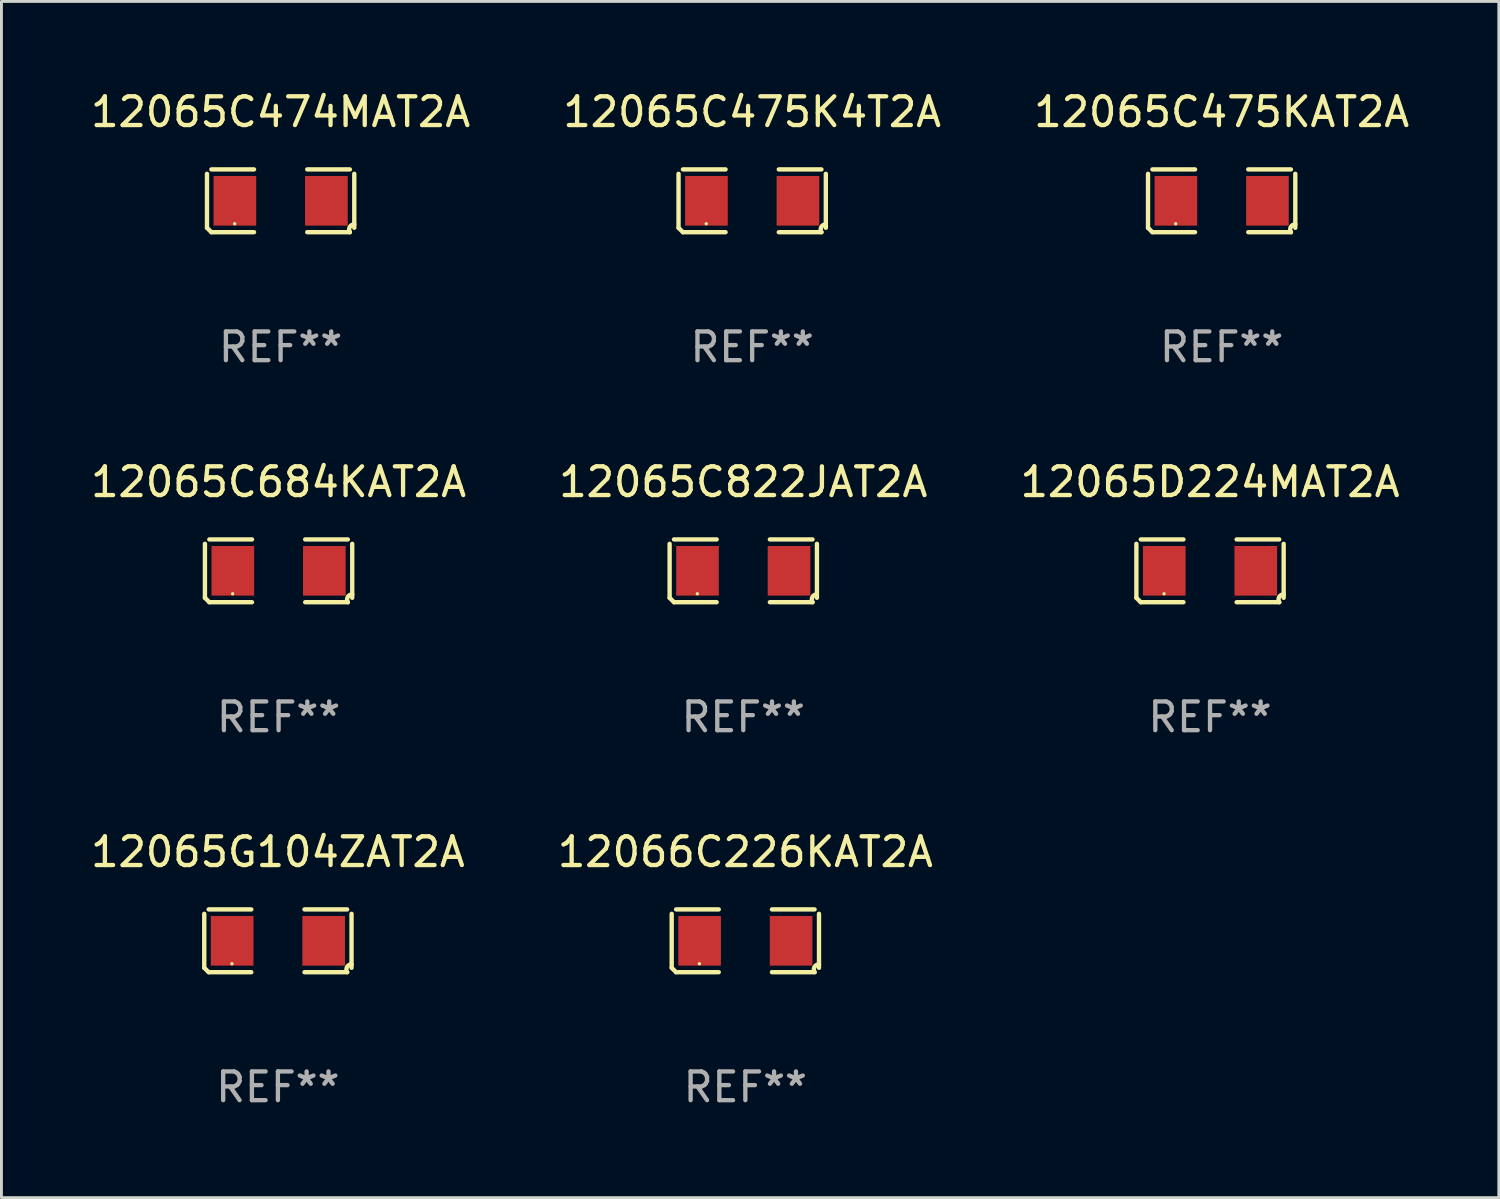
<source format=kicad_pcb>
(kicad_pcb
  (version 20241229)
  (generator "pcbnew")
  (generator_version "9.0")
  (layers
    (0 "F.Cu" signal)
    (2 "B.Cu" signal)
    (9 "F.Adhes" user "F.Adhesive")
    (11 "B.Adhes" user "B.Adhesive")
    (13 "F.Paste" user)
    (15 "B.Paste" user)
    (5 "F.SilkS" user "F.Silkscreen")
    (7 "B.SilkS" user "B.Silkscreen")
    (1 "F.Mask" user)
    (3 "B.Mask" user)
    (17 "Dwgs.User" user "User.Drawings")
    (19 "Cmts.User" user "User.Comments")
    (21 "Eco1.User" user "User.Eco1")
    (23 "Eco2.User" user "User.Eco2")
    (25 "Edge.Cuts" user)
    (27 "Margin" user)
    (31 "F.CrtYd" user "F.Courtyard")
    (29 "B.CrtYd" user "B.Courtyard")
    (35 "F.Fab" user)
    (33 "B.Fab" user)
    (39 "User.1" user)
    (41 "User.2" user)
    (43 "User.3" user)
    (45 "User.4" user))
  (footprint "12065D224MAT2A"
    (layer "F.Cu")
    (at 39.077 16.823)
    (property "Reference" "12065D224MAT2A" (at 0 -3.093 0) (layer "F.SilkS") (effects (font (size 1 1) (thickness 0.15))))
    (attr through_hole)
    (fp_line (start -2.564 0.94) (end -2.564 -0.94) (stroke (width 0.152) (type solid)) (layer "F.SilkS"))
    (fp_line (start -2.411 -1.093) (end -0.926 -1.093) (stroke (width 0.152) (type solid)) (layer "F.SilkS"))
    (fp_line (start -0.926 1.093) (end -2.411 1.093) (stroke (width 0.152) (type solid)) (layer "F.SilkS"))
    (fp_line (start 0.926 1.093) (end 2.411 1.093) (stroke (width 0.152) (type solid)) (layer "F.SilkS"))
    (fp_line (start 2.411 -1.093) (end 0.926 -1.093) (stroke (width 0.152) (type solid)) (layer "F.SilkS"))
    (fp_line (start 2.564 0.94) (end 2.564 -0.94) (stroke (width 0.152) (type solid)) (layer "F.SilkS"))
    (fp_arc (start -2.411201 1.092609) (mid -2.487413 1.01642) (end -2.563602 0.940208) (stroke (width 0.1524) (type solid)) (layer "F.SilkS"))
    (fp_arc (start 2.411201 1.092609) (mid 2.407159 0.911226) (end 2.563602 0.819347) (stroke (width 0.1524) (type solid)) (layer "F.SilkS"))
    (fp_circle (center -1.6 0.8) (end -1.57 0.8) (stroke (width 0.06) (type solid)) (fill no) (layer "F.SilkS"))
    (fp_text user "REF**" (at 0 5.093 0) (layer "F.Fab") (effects (font (size 1 1) (thickness 0.15))))
    (pad "1" smd rect (at -1.593 0) (size 1.485 1.728) (layers "F.Cu" "F.Mask" "F.Paste"))
    (pad "2" smd rect (at 1.593 0) (size 1.485 1.728) (layers "F.Cu" "F.Mask" "F.Paste")))
  (footprint "12065C474MAT2A"
    (layer "F.Cu")
    (at 6.72 3.941)
    (property "Reference" "12065C474MAT2A" (at 0 -3.093 0) (layer "F.SilkS") (effects (font (size 1 1) (thickness 0.15))))
    (attr through_hole)
    (fp_line (start -2.564 0.94) (end -2.564 -0.94) (stroke (width 0.152) (type solid)) (layer "F.SilkS"))
    (fp_line (start -2.411 -1.093) (end -0.926 -1.093) (stroke (width 0.152) (type solid)) (layer "F.SilkS"))
    (fp_line (start -0.926 1.093) (end -2.411 1.093) (stroke (width 0.152) (type solid)) (layer "F.SilkS"))
    (fp_line (start 0.926 1.093) (end 2.411 1.093) (stroke (width 0.152) (type solid)) (layer "F.SilkS"))
    (fp_line (start 2.411 -1.093) (end 0.926 -1.093) (stroke (width 0.152) (type solid)) (layer "F.SilkS"))
    (fp_line (start 2.564 0.94) (end 2.564 -0.94) (stroke (width 0.152) (type solid)) (layer "F.SilkS"))
    (fp_arc (start -2.411201 1.092609) (mid -2.487413 1.01642) (end -2.563602 0.940208) (stroke (width 0.1524) (type solid)) (layer "F.SilkS"))
    (fp_arc (start 2.411201 1.092609) (mid 2.407159 0.911226) (end 2.563602 0.819347) (stroke (width 0.1524) (type solid)) (layer "F.SilkS"))
    (fp_circle (center -1.6 0.8) (end -1.57 0.8) (stroke (width 0.06) (type solid)) (fill no) (layer "F.SilkS"))
    (fp_text user "REF**" (at 0 5.093 0) (layer "F.Fab") (effects (font (size 1 1) (thickness 0.15))))
    (pad "1" smd rect (at -1.593 0) (size 1.485 1.728) (layers "F.Cu" "F.Mask" "F.Paste"))
    (pad "2" smd rect (at 1.593 0) (size 1.485 1.728) (layers "F.Cu" "F.Mask" "F.Paste")))
  (footprint "12065C822JAT2A"
    (layer "F.Cu")
    (at 22.827 16.823)
    (property "Reference" "12065C822JAT2A" (at 0 -3.093 0) (layer "F.SilkS") (effects (font (size 1 1) (thickness 0.15))))
    (attr through_hole)
    (fp_line (start -2.564 0.94) (end -2.564 -0.94) (stroke (width 0.152) (type solid)) (layer "F.SilkS"))
    (fp_line (start -2.411 -1.093) (end -0.926 -1.093) (stroke (width 0.152) (type solid)) (layer "F.SilkS"))
    (fp_line (start -0.926 1.093) (end -2.411 1.093) (stroke (width 0.152) (type solid)) (layer "F.SilkS"))
    (fp_line (start 0.926 1.093) (end 2.411 1.093) (stroke (width 0.152) (type solid)) (layer "F.SilkS"))
    (fp_line (start 2.411 -1.093) (end 0.926 -1.093) (stroke (width 0.152) (type solid)) (layer "F.SilkS"))
    (fp_line (start 2.564 0.94) (end 2.564 -0.94) (stroke (width 0.152) (type solid)) (layer "F.SilkS"))
    (fp_arc (start -2.411201 1.092609) (mid -2.487413 1.01642) (end -2.563602 0.940208) (stroke (width 0.1524) (type solid)) (layer "F.SilkS"))
    (fp_arc (start 2.411201 1.092609) (mid 2.407159 0.911226) (end 2.563602 0.819347) (stroke (width 0.1524) (type solid)) (layer "F.SilkS"))
    (fp_circle (center -1.6 0.8) (end -1.57 0.8) (stroke (width 0.06) (type solid)) (fill no) (layer "F.SilkS"))
    (fp_text user "REF**" (at 0 5.093 0) (layer "F.Fab") (effects (font (size 1 1) (thickness 0.15))))
    (pad "1" smd rect (at -1.593 0) (size 1.485 1.728) (layers "F.Cu" "F.Mask" "F.Paste"))
    (pad "2" smd rect (at 1.593 0) (size 1.485 1.728) (layers "F.Cu" "F.Mask" "F.Paste")))
  (footprint "12066C226KAT2A"
    (layer "F.Cu")
    (at 22.899 29.704)
    (property "Reference" "12066C226KAT2A" (at 0 -3.093 0) (layer "F.SilkS") (effects (font (size 1 1) (thickness 0.15))))
    (attr through_hole)
    (fp_line (start -2.564 0.94) (end -2.564 -0.94) (stroke (width 0.152) (type solid)) (layer "F.SilkS"))
    (fp_line (start -2.411 -1.093) (end -0.926 -1.093) (stroke (width 0.152) (type solid)) (layer "F.SilkS"))
    (fp_line (start -0.926 1.093) (end -2.411 1.093) (stroke (width 0.152) (type solid)) (layer "F.SilkS"))
    (fp_line (start 0.926 1.093) (end 2.411 1.093) (stroke (width 0.152) (type solid)) (layer "F.SilkS"))
    (fp_line (start 2.411 -1.093) (end 0.926 -1.093) (stroke (width 0.152) (type solid)) (layer "F.SilkS"))
    (fp_line (start 2.564 0.94) (end 2.564 -0.94) (stroke (width 0.152) (type solid)) (layer "F.SilkS"))
    (fp_arc (start -2.411201 1.092609) (mid -2.487413 1.01642) (end -2.563602 0.940208) (stroke (width 0.1524) (type solid)) (layer "F.SilkS"))
    (fp_arc (start 2.411201 1.092609) (mid 2.407159 0.911226) (end 2.563602 0.819347) (stroke (width 0.1524) (type solid)) (layer "F.SilkS"))
    (fp_circle (center -1.6 0.8) (end -1.57 0.8) (stroke (width 0.06) (type solid)) (fill no) (layer "F.SilkS"))
    (fp_text user "REF**" (at 0 5.093 0) (layer "F.Fab") (effects (font (size 1 1) (thickness 0.15))))
    (pad "1" smd rect (at -1.593 0) (size 1.485 1.728) (layers "F.Cu" "F.Mask" "F.Paste"))
    (pad "2" smd rect (at 1.593 0) (size 1.485 1.728) (layers "F.Cu" "F.Mask" "F.Paste")))
  (footprint "12065C475KAT2A"
    (layer "F.Cu")
    (at 39.482 3.941)
    (property "Reference" "12065C475KAT2A" (at 0 -3.093 0) (layer "F.SilkS") (effects (font (size 1 1) (thickness 0.15))))
    (attr through_hole)
    (fp_line (start -2.564 0.94) (end -2.564 -0.94) (stroke (width 0.152) (type solid)) (layer "F.SilkS"))
    (fp_line (start -2.411 -1.093) (end -0.926 -1.093) (stroke (width 0.152) (type solid)) (layer "F.SilkS"))
    (fp_line (start -0.926 1.093) (end -2.411 1.093) (stroke (width 0.152) (type solid)) (layer "F.SilkS"))
    (fp_line (start 0.926 1.093) (end 2.411 1.093) (stroke (width 0.152) (type solid)) (layer "F.SilkS"))
    (fp_line (start 2.411 -1.093) (end 0.926 -1.093) (stroke (width 0.152) (type solid)) (layer "F.SilkS"))
    (fp_line (start 2.564 0.94) (end 2.564 -0.94) (stroke (width 0.152) (type solid)) (layer "F.SilkS"))
    (fp_arc (start -2.411201 1.092609) (mid -2.487413 1.01642) (end -2.563602 0.940208) (stroke (width 0.1524) (type solid)) (layer "F.SilkS"))
    (fp_arc (start 2.411201 1.092609) (mid 2.407159 0.911226) (end 2.563602 0.819347) (stroke (width 0.1524) (type solid)) (layer "F.SilkS"))
    (fp_circle (center -1.6 0.8) (end -1.57 0.8) (stroke (width 0.06) (type solid)) (fill no) (layer "F.SilkS"))
    (fp_text user "REF**" (at 0 5.093 0) (layer "F.Fab") (effects (font (size 1 1) (thickness 0.15))))
    (pad "1" smd rect (at -1.593 0) (size 1.485 1.728) (layers "F.Cu" "F.Mask" "F.Paste"))
    (pad "2" smd rect (at 1.593 0) (size 1.485 1.728) (layers "F.Cu" "F.Mask" "F.Paste")))
  (footprint "12065G104ZAT2A"
    (layer "F.Cu")
    (at 6.625 29.704)
    (property "Reference" "12065G104ZAT2A" (at 0 -3.093 0) (layer "F.SilkS") (effects (font (size 1 1) (thickness 0.15))))
    (attr through_hole)
    (fp_line (start -2.564 0.94) (end -2.564 -0.94) (stroke (width 0.152) (type solid)) (layer "F.SilkS"))
    (fp_line (start -2.411 -1.093) (end -0.926 -1.093) (stroke (width 0.152) (type solid)) (layer "F.SilkS"))
    (fp_line (start -0.926 1.093) (end -2.411 1.093) (stroke (width 0.152) (type solid)) (layer "F.SilkS"))
    (fp_line (start 0.926 1.093) (end 2.411 1.093) (stroke (width 0.152) (type solid)) (layer "F.SilkS"))
    (fp_line (start 2.411 -1.093) (end 0.926 -1.093) (stroke (width 0.152) (type solid)) (layer "F.SilkS"))
    (fp_line (start 2.564 0.94) (end 2.564 -0.94) (stroke (width 0.152) (type solid)) (layer "F.SilkS"))
    (fp_arc (start -2.411201 1.092609) (mid -2.487413 1.01642) (end -2.563602 0.940208) (stroke (width 0.1524) (type solid)) (layer "F.SilkS"))
    (fp_arc (start 2.411201 1.092609) (mid 2.407159 0.911226) (end 2.563602 0.819347) (stroke (width 0.1524) (type solid)) (layer "F.SilkS"))
    (fp_circle (center -1.6 0.8) (end -1.57 0.8) (stroke (width 0.06) (type solid)) (fill no) (layer "F.SilkS"))
    (fp_text user "REF**" (at 0 5.093 0) (layer "F.Fab") (effects (font (size 1 1) (thickness 0.15))))
    (pad "1" smd rect (at -1.593 0) (size 1.485 1.728) (layers "F.Cu" "F.Mask" "F.Paste"))
    (pad "2" smd rect (at 1.593 0) (size 1.485 1.728) (layers "F.Cu" "F.Mask" "F.Paste")))
  (footprint "12065C475K4T2A"
    (layer "F.Cu")
    (at 23.137 3.941)
    (property "Reference" "12065C475K4T2A" (at 0 -3.093 0) (layer "F.SilkS") (effects (font (size 1 1) (thickness 0.15))))
    (attr through_hole)
    (fp_line (start -2.564 0.94) (end -2.564 -0.94) (stroke (width 0.152) (type solid)) (layer "F.SilkS"))
    (fp_line (start -2.411 -1.093) (end -0.926 -1.093) (stroke (width 0.152) (type solid)) (layer "F.SilkS"))
    (fp_line (start -0.926 1.093) (end -2.411 1.093) (stroke (width 0.152) (type solid)) (layer "F.SilkS"))
    (fp_line (start 0.926 1.093) (end 2.411 1.093) (stroke (width 0.152) (type solid)) (layer "F.SilkS"))
    (fp_line (start 2.411 -1.093) (end 0.926 -1.093) (stroke (width 0.152) (type solid)) (layer "F.SilkS"))
    (fp_line (start 2.564 0.94) (end 2.564 -0.94) (stroke (width 0.152) (type solid)) (layer "F.SilkS"))
    (fp_arc (start -2.411201 1.092609) (mid -2.487413 1.01642) (end -2.563602 0.940208) (stroke (width 0.1524) (type solid)) (layer "F.SilkS"))
    (fp_arc (start 2.411201 1.092609) (mid 2.407159 0.911226) (end 2.563602 0.819347) (stroke (width 0.1524) (type solid)) (layer "F.SilkS"))
    (fp_circle (center -1.6 0.8) (end -1.57 0.8) (stroke (width 0.06) (type solid)) (fill no) (layer "F.SilkS"))
    (fp_text user "REF**" (at 0 5.093 0) (layer "F.Fab") (effects (font (size 1 1) (thickness 0.15))))
    (pad "1" smd rect (at -1.593 0) (size 1.485 1.728) (layers "F.Cu" "F.Mask" "F.Paste"))
    (pad "2" smd rect (at 1.593 0) (size 1.485 1.728) (layers "F.Cu" "F.Mask" "F.Paste")))
  (footprint "12065C684KAT2A"
    (layer "F.Cu")
    (at 6.649 16.823)
    (property "Reference" "12065C684KAT2A" (at 0 -3.093 0) (layer "F.SilkS") (effects (font (size 1 1) (thickness 0.15))))
    (attr through_hole)
    (fp_line (start -2.564 0.94) (end -2.564 -0.94) (stroke (width 0.152) (type solid)) (layer "F.SilkS"))
    (fp_line (start -2.411 -1.093) (end -0.926 -1.093) (stroke (width 0.152) (type solid)) (layer "F.SilkS"))
    (fp_line (start -0.926 1.093) (end -2.411 1.093) (stroke (width 0.152) (type solid)) (layer "F.SilkS"))
    (fp_line (start 0.926 1.093) (end 2.411 1.093) (stroke (width 0.152) (type solid)) (layer "F.SilkS"))
    (fp_line (start 2.411 -1.093) (end 0.926 -1.093) (stroke (width 0.152) (type solid)) (layer "F.SilkS"))
    (fp_line (start 2.564 0.94) (end 2.564 -0.94) (stroke (width 0.152) (type solid)) (layer "F.SilkS"))
    (fp_arc (start -2.411201 1.092609) (mid -2.487413 1.01642) (end -2.563602 0.940208) (stroke (width 0.1524) (type solid)) (layer "F.SilkS"))
    (fp_arc (start 2.411201 1.092609) (mid 2.407159 0.911226) (end 2.563602 0.819347) (stroke (width 0.1524) (type solid)) (layer "F.SilkS"))
    (fp_circle (center -1.6 0.8) (end -1.57 0.8) (stroke (width 0.06) (type solid)) (fill no) (layer "F.SilkS"))
    (fp_text user "REF**" (at 0 5.093 0) (layer "F.Fab") (effects (font (size 1 1) (thickness 0.15))))
    (pad "1" smd rect (at -1.593 0) (size 1.485 1.728) (layers "F.Cu" "F.Mask" "F.Paste"))
    (pad "2" smd rect (at 1.593 0) (size 1.485 1.728) (layers "F.Cu" "F.Mask" "F.Paste")))
  (gr_rect
    (start -3 -3)
    (end 49.131 38.645)
    (stroke (width 0.1) (type default))
    (fill no)
    (layer "Edge.Cuts")))
</source>
